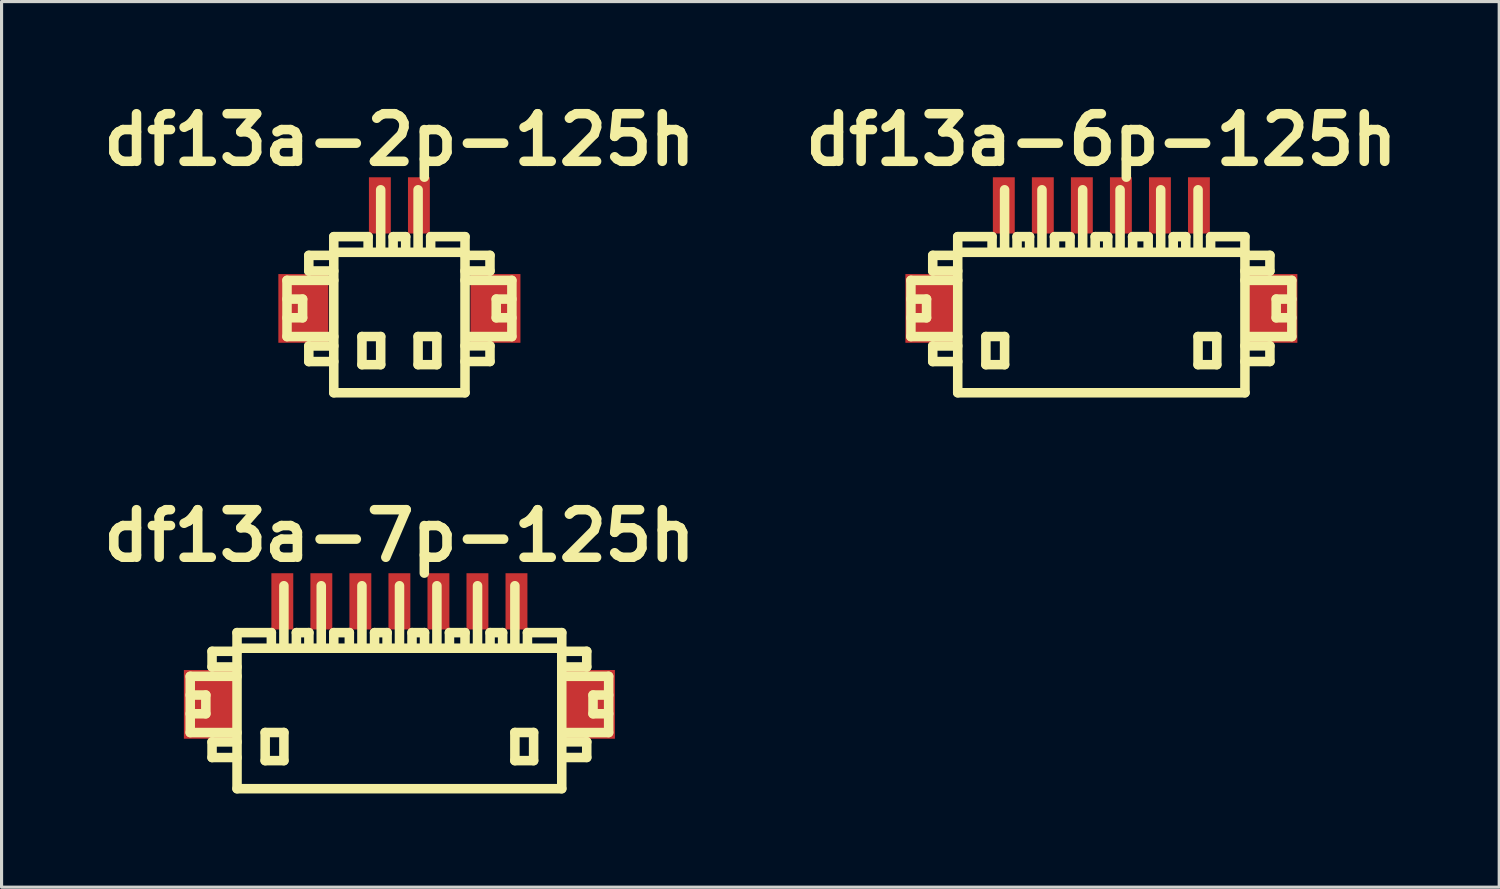
<source format=kicad_pcb>
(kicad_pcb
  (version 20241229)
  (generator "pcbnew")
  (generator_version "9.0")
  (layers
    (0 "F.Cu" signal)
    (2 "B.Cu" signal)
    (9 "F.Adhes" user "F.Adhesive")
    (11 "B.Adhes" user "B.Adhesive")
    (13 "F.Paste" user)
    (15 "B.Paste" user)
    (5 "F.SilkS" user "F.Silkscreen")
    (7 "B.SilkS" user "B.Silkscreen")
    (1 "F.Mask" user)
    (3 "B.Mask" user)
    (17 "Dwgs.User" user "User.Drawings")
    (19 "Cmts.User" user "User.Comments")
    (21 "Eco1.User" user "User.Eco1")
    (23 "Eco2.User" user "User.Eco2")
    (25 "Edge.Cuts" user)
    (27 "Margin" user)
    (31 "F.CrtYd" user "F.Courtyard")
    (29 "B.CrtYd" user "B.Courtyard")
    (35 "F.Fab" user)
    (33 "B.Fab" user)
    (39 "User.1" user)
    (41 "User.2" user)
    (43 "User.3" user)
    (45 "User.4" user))
  (footprint "df13a-7p-125h"
    (layer "F.Cu")
    (at 9.739 19.706)
    (property "Reference" "df13a-7p-125h" (at 0 -5.601 0) (layer "F.SilkS") (effects (font (size 1.524 1.524) (thickness 0.305))))
    (attr through_hole)
    (fp_line (start -6.698 -1.1) (end -6.698 0.701) (stroke (width 0.305) (type solid)) (layer "F.SilkS"))
    (fp_line (start -6.698 0.701) (end -5.199 0.701) (stroke (width 0.305) (type solid)) (layer "F.SilkS"))
    (fp_line (start -6.198 -0.5) (end -6.698 -0.5) (stroke (width 0.305) (type solid)) (layer "F.SilkS"))
    (fp_line (start -6.198 0.099) (end -6.698 0.099) (stroke (width 0.305) (type solid)) (layer "F.SilkS"))
    (fp_line (start -6.198 0.099) (end -6.198 -0.5) (stroke (width 0.305) (type solid)) (layer "F.SilkS"))
    (fp_line (start -5.999 -1.9) (end -5.999 -1.4) (stroke (width 0.305) (type solid)) (layer "F.SilkS"))
    (fp_line (start -5.999 -1.9) (end -5.199 -1.9) (stroke (width 0.305) (type solid)) (layer "F.SilkS"))
    (fp_line (start -5.999 1.001) (end -5.999 1.501) (stroke (width 0.305) (type solid)) (layer "F.SilkS"))
    (fp_line (start -5.999 1.501) (end -5.199 1.501) (stroke (width 0.305) (type solid)) (layer "F.SilkS"))
    (fp_line (start -5.199 -1.999) (end 5.199 -1.999) (stroke (width 0.305) (type solid)) (layer "F.SilkS"))
    (fp_line (start -5.199 -1.4) (end -5.999 -1.4) (stroke (width 0.305) (type solid)) (layer "F.SilkS"))
    (fp_line (start -5.199 -1.1) (end -6.698 -1.1) (stroke (width 0.305) (type solid)) (layer "F.SilkS"))
    (fp_line (start -5.199 1.001) (end -5.999 1.001) (stroke (width 0.305) (type solid)) (layer "F.SilkS"))
    (fp_line (start -5.199 2.499) (end -5.199 -2.499) (stroke (width 0.305) (type solid)) (layer "F.SilkS"))
    (fp_line (start -5.199 2.499) (end 5.199 2.499) (stroke (width 0.305) (type solid)) (layer "F.SilkS"))
    (fp_line (start -4.298 0.699) (end -4.298 1.6) (stroke (width 0.305) (type solid)) (layer "F.SilkS"))
    (fp_line (start -4.298 1.6) (end -3.698 1.6) (stroke (width 0.305) (type solid)) (layer "F.SilkS"))
    (fp_line (start -4.1 -2.499) (end -5.199 -2.499) (stroke (width 0.305) (type solid)) (layer "F.SilkS"))
    (fp_line (start -4.1 -2.499) (end -4.1 -1.999) (stroke (width 0.305) (type solid)) (layer "F.SilkS"))
    (fp_line (start -3.698 -4) (end -3.698 -1.999) (stroke (width 0.305) (type solid)) (layer "F.SilkS"))
    (fp_line (start -3.698 0.699) (end -4.298 0.699) (stroke (width 0.305) (type solid)) (layer "F.SilkS"))
    (fp_line (start -3.698 1.6) (end -3.698 0.699) (stroke (width 0.305) (type solid)) (layer "F.SilkS"))
    (fp_line (start -3.299 -2.499) (end -3.299 -1.999) (stroke (width 0.305) (type solid)) (layer "F.SilkS"))
    (fp_line (start -2.898 -2.499) (end -3.299 -2.499) (stroke (width 0.305) (type solid)) (layer "F.SilkS"))
    (fp_line (start -2.898 -2.499) (end -2.898 -1.999) (stroke (width 0.305) (type solid)) (layer "F.SilkS"))
    (fp_line (start -2.502 -1.999) (end -2.502 -4) (stroke (width 0.305) (type solid)) (layer "F.SilkS"))
    (fp_line (start -2.103 -2.499) (end -1.603 -2.499) (stroke (width 0.305) (type solid)) (layer "F.SilkS"))
    (fp_line (start -2.101 -1.999) (end -2.101 -2.499) (stroke (width 0.305) (type solid)) (layer "F.SilkS"))
    (fp_line (start -1.603 -2.499) (end -1.603 -1.999) (stroke (width 0.305) (type solid)) (layer "F.SilkS"))
    (fp_line (start -1.199 -1.999) (end -1.199 -4) (stroke (width 0.305) (type solid)) (layer "F.SilkS"))
    (fp_line (start -0.795 -2.499) (end -0.795 -1.999) (stroke (width 0.305) (type solid)) (layer "F.SilkS"))
    (fp_line (start -0.394 -2.499) (end -0.795 -2.499) (stroke (width 0.305) (type solid)) (layer "F.SilkS"))
    (fp_line (start -0.394 -2.499) (end -0.394 -1.999) (stroke (width 0.305) (type solid)) (layer "F.SilkS"))
    (fp_line (start 0.003 -1.999) (end 0.003 -4) (stroke (width 0.305) (type solid)) (layer "F.SilkS"))
    (fp_line (start 0.404 -2.499) (end 0.404 -1.999) (stroke (width 0.305) (type solid)) (layer "F.SilkS"))
    (fp_line (start 0.805 -2.499) (end 0.404 -2.499) (stroke (width 0.305) (type solid)) (layer "F.SilkS"))
    (fp_line (start 0.805 -2.499) (end 0.805 -1.999) (stroke (width 0.305) (type solid)) (layer "F.SilkS"))
    (fp_line (start 1.201 -1.999) (end 1.201 -4) (stroke (width 0.305) (type solid)) (layer "F.SilkS"))
    (fp_line (start 1.6 -2.499) (end 2.101 -2.499) (stroke (width 0.305) (type solid)) (layer "F.SilkS"))
    (fp_line (start 1.603 -1.999) (end 1.603 -2.499) (stroke (width 0.305) (type solid)) (layer "F.SilkS"))
    (fp_line (start 2.101 -2.499) (end 2.101 -1.999) (stroke (width 0.305) (type solid)) (layer "F.SilkS"))
    (fp_line (start 2.502 -1.999) (end 2.502 -4) (stroke (width 0.305) (type solid)) (layer "F.SilkS"))
    (fp_line (start 2.903 -2.499) (end 2.903 -1.999) (stroke (width 0.305) (type solid)) (layer "F.SilkS"))
    (fp_line (start 3.305 -2.499) (end 2.903 -2.499) (stroke (width 0.305) (type solid)) (layer "F.SilkS"))
    (fp_line (start 3.305 -2.499) (end 3.305 -1.999) (stroke (width 0.305) (type solid)) (layer "F.SilkS"))
    (fp_line (start 3.698 -1.999) (end 3.698 -4) (stroke (width 0.305) (type solid)) (layer "F.SilkS"))
    (fp_line (start 3.698 0.699) (end 4.298 0.699) (stroke (width 0.305) (type solid)) (layer "F.SilkS"))
    (fp_line (start 3.698 1.6) (end 3.698 0.699) (stroke (width 0.305) (type solid)) (layer "F.SilkS"))
    (fp_line (start 4.1 -2.499) (end 4.1 -1.999) (stroke (width 0.305) (type solid)) (layer "F.SilkS"))
    (fp_line (start 4.298 0.699) (end 4.298 1.6) (stroke (width 0.305) (type solid)) (layer "F.SilkS"))
    (fp_line (start 4.298 1.6) (end 3.698 1.6) (stroke (width 0.305) (type solid)) (layer "F.SilkS"))
    (fp_line (start 5.199 -2.499) (end 4.1 -2.499) (stroke (width 0.305) (type solid)) (layer "F.SilkS"))
    (fp_line (start 5.199 -2.499) (end 5.199 2.499) (stroke (width 0.305) (type solid)) (layer "F.SilkS"))
    (fp_line (start 5.199 -1.9) (end 5.999 -1.9) (stroke (width 0.305) (type solid)) (layer "F.SilkS"))
    (fp_line (start 5.199 0.998) (end 5.999 0.998) (stroke (width 0.305) (type solid)) (layer "F.SilkS"))
    (fp_line (start 5.999 -1.9) (end 5.999 -1.4) (stroke (width 0.305) (type solid)) (layer "F.SilkS"))
    (fp_line (start 5.999 -1.4) (end 5.199 -1.4) (stroke (width 0.305) (type solid)) (layer "F.SilkS"))
    (fp_line (start 5.999 0.998) (end 5.999 1.499) (stroke (width 0.305) (type solid)) (layer "F.SilkS"))
    (fp_line (start 5.999 1.499) (end 5.199 1.499) (stroke (width 0.305) (type solid)) (layer "F.SilkS"))
    (fp_line (start 6.2 0.099) (end 6.2 -0.5) (stroke (width 0.305) (type solid)) (layer "F.SilkS"))
    (fp_line (start 6.698 -1.1) (end 5.199 -1.1) (stroke (width 0.305) (type solid)) (layer "F.SilkS"))
    (fp_line (start 6.698 0.701) (end 5.298 0.701) (stroke (width 0.305) (type solid)) (layer "F.SilkS"))
    (fp_line (start 6.701 -1.1) (end 6.701 0.701) (stroke (width 0.305) (type solid)) (layer "F.SilkS"))
    (fp_line (start 6.701 -0.5) (end 6.2 -0.5) (stroke (width 0.305) (type solid)) (layer "F.SilkS"))
    (fp_line (start 6.701 0.099) (end 6.2 0.099) (stroke (width 0.305) (type solid)) (layer "F.SilkS"))
    (pad "" smd rect (at -6.101 -0.201) (size 1.6 2.2) (layers "F.Cu" "F.Mask" "F.Paste"))
    (pad "" smd rect (at 6.101 -0.201) (size 1.6 2.2) (layers "F.Cu" "F.Mask" "F.Paste"))
    (pad "1" smd rect (at 3.749 -3.5) (size 0.701 1.801) (layers "F.Cu" "F.Mask" "F.Paste"))
    (pad "2" smd rect (at 2.499 -3.5) (size 0.701 1.801) (layers "F.Cu" "F.Mask" "F.Paste"))
    (pad "3" smd rect (at 1.25 -3.5) (size 0.701 1.801) (layers "F.Cu" "F.Mask" "F.Paste"))
    (pad "4" smd rect (at 0 -3.5) (size 0.701 1.801) (layers "F.Cu" "F.Mask" "F.Paste"))
    (pad "5" smd rect (at -1.25 -3.5) (size 0.701 1.801) (layers "F.Cu" "F.Mask" "F.Paste"))
    (pad "6" smd rect (at -2.499 -3.5) (size 0.701 1.801) (layers "F.Cu" "F.Mask" "F.Paste"))
    (pad "7" smd rect (at -3.749 -3.5) (size 0.701 1.801) (layers "F.Cu" "F.Mask" "F.Paste")))
  (footprint "df13a-2p-125h"
    (layer "F.Cu")
    (at 9.739 7.027)
    (property "Reference" "df13a-2p-125h" (at 0 -5.601 0) (layer "F.SilkS") (effects (font (size 1.524 1.524) (thickness 0.305))))
    (attr through_hole)
    (fp_line (start -3.599 -1.1) (end -3.599 0.701) (stroke (width 0.305) (type solid)) (layer "F.SilkS"))
    (fp_line (start -3.599 0.701) (end -2.101 0.701) (stroke (width 0.305) (type solid)) (layer "F.SilkS"))
    (fp_line (start -3.099 -0.5) (end -3.599 -0.5) (stroke (width 0.305) (type solid)) (layer "F.SilkS"))
    (fp_line (start -3.099 0.099) (end -3.599 0.099) (stroke (width 0.305) (type solid)) (layer "F.SilkS"))
    (fp_line (start -3.099 0.099) (end -3.099 -0.5) (stroke (width 0.305) (type solid)) (layer "F.SilkS"))
    (fp_line (start -2.901 -1.9) (end -2.901 -1.4) (stroke (width 0.305) (type solid)) (layer "F.SilkS"))
    (fp_line (start -2.901 -1.9) (end -2.101 -1.9) (stroke (width 0.305) (type solid)) (layer "F.SilkS"))
    (fp_line (start -2.901 1.001) (end -2.901 1.501) (stroke (width 0.305) (type solid)) (layer "F.SilkS"))
    (fp_line (start -2.901 1.501) (end -2.101 1.501) (stroke (width 0.305) (type solid)) (layer "F.SilkS"))
    (fp_line (start -2.101 -1.4) (end -2.901 -1.4) (stroke (width 0.305) (type solid)) (layer "F.SilkS"))
    (fp_line (start -2.101 -1.1) (end -3.599 -1.1) (stroke (width 0.305) (type solid)) (layer "F.SilkS"))
    (fp_line (start -2.101 1.001) (end -2.901 1.001) (stroke (width 0.305) (type solid)) (layer "F.SilkS"))
    (fp_line (start -2.101 2.499) (end -2.101 -2.499) (stroke (width 0.305) (type solid)) (layer "F.SilkS"))
    (fp_line (start -1.199 0.699) (end -1.199 1.6) (stroke (width 0.305) (type solid)) (layer "F.SilkS"))
    (fp_line (start -1.199 1.6) (end -0.599 1.6) (stroke (width 0.305) (type solid)) (layer "F.SilkS"))
    (fp_line (start -1.001 -2.499) (end -2.101 -2.499) (stroke (width 0.305) (type solid)) (layer "F.SilkS"))
    (fp_line (start -1.001 -2.499) (end -1.001 -1.999) (stroke (width 0.305) (type solid)) (layer "F.SilkS"))
    (fp_line (start -0.599 -4) (end -0.599 -1.999) (stroke (width 0.305) (type solid)) (layer "F.SilkS"))
    (fp_line (start -0.599 0.699) (end -1.199 0.699) (stroke (width 0.305) (type solid)) (layer "F.SilkS"))
    (fp_line (start -0.599 1.6) (end -0.599 0.699) (stroke (width 0.305) (type solid)) (layer "F.SilkS"))
    (fp_line (start -0.201 -2.499) (end -0.201 -1.999) (stroke (width 0.305) (type solid)) (layer "F.SilkS"))
    (fp_line (start 0.201 -2.499) (end -0.201 -2.499) (stroke (width 0.305) (type solid)) (layer "F.SilkS"))
    (fp_line (start 0.201 -2.499) (end 0.201 -1.999) (stroke (width 0.305) (type solid)) (layer "F.SilkS"))
    (fp_line (start 0.599 -1.999) (end 0.599 -4) (stroke (width 0.305) (type solid)) (layer "F.SilkS"))
    (fp_line (start 0.599 0.699) (end 1.199 0.699) (stroke (width 0.305) (type solid)) (layer "F.SilkS"))
    (fp_line (start 0.599 1.6) (end 0.599 0.699) (stroke (width 0.305) (type solid)) (layer "F.SilkS"))
    (fp_line (start 1.001 -2.499) (end 1.001 -1.999) (stroke (width 0.305) (type solid)) (layer "F.SilkS"))
    (fp_line (start 1.199 0.699) (end 1.199 1.6) (stroke (width 0.305) (type solid)) (layer "F.SilkS"))
    (fp_line (start 1.199 1.6) (end 0.599 1.6) (stroke (width 0.305) (type solid)) (layer "F.SilkS"))
    (fp_line (start 2.101 -2.499) (end 1.001 -2.499) (stroke (width 0.305) (type solid)) (layer "F.SilkS"))
    (fp_line (start 2.101 -2.499) (end 2.101 2.499) (stroke (width 0.305) (type solid)) (layer "F.SilkS"))
    (fp_line (start 2.101 -1.999) (end -2.101 -1.999) (stroke (width 0.305) (type solid)) (layer "F.SilkS"))
    (fp_line (start 2.101 -1.9) (end 2.901 -1.9) (stroke (width 0.305) (type solid)) (layer "F.SilkS"))
    (fp_line (start 2.101 0.998) (end 2.901 0.998) (stroke (width 0.305) (type solid)) (layer "F.SilkS"))
    (fp_line (start 2.101 2.499) (end -2.101 2.499) (stroke (width 0.305) (type solid)) (layer "F.SilkS"))
    (fp_line (start 2.901 -1.9) (end 2.901 -1.4) (stroke (width 0.305) (type solid)) (layer "F.SilkS"))
    (fp_line (start 2.901 -1.4) (end 2.101 -1.4) (stroke (width 0.305) (type solid)) (layer "F.SilkS"))
    (fp_line (start 2.901 0.998) (end 2.901 1.499) (stroke (width 0.305) (type solid)) (layer "F.SilkS"))
    (fp_line (start 2.901 1.499) (end 2.101 1.499) (stroke (width 0.305) (type solid)) (layer "F.SilkS"))
    (fp_line (start 3.101 0.099) (end 3.101 -0.5) (stroke (width 0.305) (type solid)) (layer "F.SilkS"))
    (fp_line (start 3.599 -1.1) (end 2.101 -1.1) (stroke (width 0.305) (type solid)) (layer "F.SilkS"))
    (fp_line (start 3.599 0.701) (end 2.2 0.701) (stroke (width 0.305) (type solid)) (layer "F.SilkS"))
    (fp_line (start 3.602 -1.1) (end 3.602 0.701) (stroke (width 0.305) (type solid)) (layer "F.SilkS"))
    (fp_line (start 3.602 -0.5) (end 3.101 -0.5) (stroke (width 0.305) (type solid)) (layer "F.SilkS"))
    (fp_line (start 3.602 0.099) (end 3.101 0.099) (stroke (width 0.305) (type solid)) (layer "F.SilkS"))
    (pad "" smd rect (at -3.076 -0.201) (size 1.6 2.2) (layers "F.Cu" "F.Mask" "F.Paste"))
    (pad "" smd rect (at 3.076 -0.201) (size 1.6 2.2) (layers "F.Cu" "F.Mask" "F.Paste"))
    (pad "1" smd rect (at 0.625 -3.5) (size 0.701 1.801) (layers "F.Cu" "F.Mask" "F.Paste"))
    (pad "2" smd rect (at -0.625 -3.5) (size 0.701 1.801) (layers "F.Cu" "F.Mask" "F.Paste")))
  (footprint "df13a-6p-125h"
    (layer "F.Cu")
    (at 32.217 7.027)
    (property "Reference" "df13a-6p-125h" (at 0 -5.601 0) (layer "F.SilkS") (effects (font (size 1.524 1.524) (thickness 0.305))))
    (attr through_hole)
    (fp_line (start -6.099 -1.1) (end -6.099 0.701) (stroke (width 0.305) (type solid)) (layer "F.SilkS"))
    (fp_line (start -6.099 0.701) (end -4.6 0.701) (stroke (width 0.305) (type solid)) (layer "F.SilkS"))
    (fp_line (start -5.598 -0.5) (end -6.099 -0.5) (stroke (width 0.305) (type solid)) (layer "F.SilkS"))
    (fp_line (start -5.598 0.099) (end -6.099 0.099) (stroke (width 0.305) (type solid)) (layer "F.SilkS"))
    (fp_line (start -5.598 0.099) (end -5.598 -0.5) (stroke (width 0.305) (type solid)) (layer "F.SilkS"))
    (fp_line (start -5.4 -1.9) (end -5.4 -1.4) (stroke (width 0.305) (type solid)) (layer "F.SilkS"))
    (fp_line (start -5.4 -1.9) (end -4.6 -1.9) (stroke (width 0.305) (type solid)) (layer "F.SilkS"))
    (fp_line (start -5.4 1.001) (end -5.4 1.501) (stroke (width 0.305) (type solid)) (layer "F.SilkS"))
    (fp_line (start -5.4 1.501) (end -4.6 1.501) (stroke (width 0.305) (type solid)) (layer "F.SilkS"))
    (fp_line (start -4.6 -1.4) (end -5.4 -1.4) (stroke (width 0.305) (type solid)) (layer "F.SilkS"))
    (fp_line (start -4.6 -1.1) (end -6.099 -1.1) (stroke (width 0.305) (type solid)) (layer "F.SilkS"))
    (fp_line (start -4.6 1.001) (end -5.4 1.001) (stroke (width 0.305) (type solid)) (layer "F.SilkS"))
    (fp_line (start -4.6 2.499) (end -4.6 -2.499) (stroke (width 0.305) (type solid)) (layer "F.SilkS"))
    (fp_line (start -4.6 2.499) (end 4.6 2.499) (stroke (width 0.305) (type solid)) (layer "F.SilkS"))
    (fp_line (start -3.698 0.699) (end -3.698 1.6) (stroke (width 0.305) (type solid)) (layer "F.SilkS"))
    (fp_line (start -3.698 1.6) (end -3.099 1.6) (stroke (width 0.305) (type solid)) (layer "F.SilkS"))
    (fp_line (start -3.5 -2.499) (end -4.6 -2.499) (stroke (width 0.305) (type solid)) (layer "F.SilkS"))
    (fp_line (start -3.5 -2.499) (end -3.5 -1.999) (stroke (width 0.305) (type solid)) (layer "F.SilkS"))
    (fp_line (start -3.099 -4) (end -3.099 -1.999) (stroke (width 0.305) (type solid)) (layer "F.SilkS"))
    (fp_line (start -3.099 0.699) (end -3.698 0.699) (stroke (width 0.305) (type solid)) (layer "F.SilkS"))
    (fp_line (start -3.099 1.6) (end -3.099 0.699) (stroke (width 0.305) (type solid)) (layer "F.SilkS"))
    (fp_line (start -2.7 -2.499) (end -2.7 -1.999) (stroke (width 0.305) (type solid)) (layer "F.SilkS"))
    (fp_line (start -2.299 -2.499) (end -2.7 -2.499) (stroke (width 0.305) (type solid)) (layer "F.SilkS"))
    (fp_line (start -2.299 -2.499) (end -2.299 -1.999) (stroke (width 0.305) (type solid)) (layer "F.SilkS"))
    (fp_line (start -1.902 -1.999) (end -1.902 -4) (stroke (width 0.305) (type solid)) (layer "F.SilkS"))
    (fp_line (start -1.504 -2.499) (end -1.003 -2.499) (stroke (width 0.305) (type solid)) (layer "F.SilkS"))
    (fp_line (start -1.501 -1.999) (end -1.501 -2.499) (stroke (width 0.305) (type solid)) (layer "F.SilkS"))
    (fp_line (start -1.003 -2.499) (end -1.003 -1.999) (stroke (width 0.305) (type solid)) (layer "F.SilkS"))
    (fp_line (start -0.599 -1.999) (end -0.599 -4) (stroke (width 0.305) (type solid)) (layer "F.SilkS"))
    (fp_line (start -0.198 -2.499) (end -0.198 -1.999) (stroke (width 0.305) (type solid)) (layer "F.SilkS"))
    (fp_line (start 0.203 -2.499) (end -0.198 -2.499) (stroke (width 0.305) (type solid)) (layer "F.SilkS"))
    (fp_line (start 0.203 -2.499) (end 0.203 -1.999) (stroke (width 0.305) (type solid)) (layer "F.SilkS"))
    (fp_line (start 0.599 -1.999) (end 0.599 -4) (stroke (width 0.305) (type solid)) (layer "F.SilkS"))
    (fp_line (start 0.998 -2.499) (end 1.499 -2.499) (stroke (width 0.305) (type solid)) (layer "F.SilkS"))
    (fp_line (start 1.001 -1.999) (end 1.001 -2.499) (stroke (width 0.305) (type solid)) (layer "F.SilkS"))
    (fp_line (start 1.499 -2.499) (end 1.499 -1.999) (stroke (width 0.305) (type solid)) (layer "F.SilkS"))
    (fp_line (start 1.9 -1.999) (end 1.9 -4) (stroke (width 0.305) (type solid)) (layer "F.SilkS"))
    (fp_line (start 2.301 -2.499) (end 2.301 -1.999) (stroke (width 0.305) (type solid)) (layer "F.SilkS"))
    (fp_line (start 2.703 -2.499) (end 2.301 -2.499) (stroke (width 0.305) (type solid)) (layer "F.SilkS"))
    (fp_line (start 2.703 -2.499) (end 2.703 -1.999) (stroke (width 0.305) (type solid)) (layer "F.SilkS"))
    (fp_line (start 3.096 -1.999) (end 3.096 -4) (stroke (width 0.305) (type solid)) (layer "F.SilkS"))
    (fp_line (start 3.096 0.699) (end 3.696 0.699) (stroke (width 0.305) (type solid)) (layer "F.SilkS"))
    (fp_line (start 3.096 1.6) (end 3.096 0.699) (stroke (width 0.305) (type solid)) (layer "F.SilkS"))
    (fp_line (start 3.498 -2.499) (end 3.498 -1.999) (stroke (width 0.305) (type solid)) (layer "F.SilkS"))
    (fp_line (start 3.696 0.699) (end 3.696 1.6) (stroke (width 0.305) (type solid)) (layer "F.SilkS"))
    (fp_line (start 3.696 1.6) (end 3.096 1.6) (stroke (width 0.305) (type solid)) (layer "F.SilkS"))
    (fp_line (start 4.597 -2.499) (end 3.498 -2.499) (stroke (width 0.305) (type solid)) (layer "F.SilkS"))
    (fp_line (start 4.597 -2.499) (end 4.597 2.499) (stroke (width 0.305) (type solid)) (layer "F.SilkS"))
    (fp_line (start 4.597 -1.9) (end 5.397 -1.9) (stroke (width 0.305) (type solid)) (layer "F.SilkS"))
    (fp_line (start 4.597 0.998) (end 5.397 0.998) (stroke (width 0.305) (type solid)) (layer "F.SilkS"))
    (fp_line (start 4.6 -1.999) (end -4.6 -1.999) (stroke (width 0.305) (type solid)) (layer "F.SilkS"))
    (fp_line (start 5.397 -1.9) (end 5.397 -1.4) (stroke (width 0.305) (type solid)) (layer "F.SilkS"))
    (fp_line (start 5.397 -1.4) (end 4.597 -1.4) (stroke (width 0.305) (type solid)) (layer "F.SilkS"))
    (fp_line (start 5.397 0.998) (end 5.397 1.499) (stroke (width 0.305) (type solid)) (layer "F.SilkS"))
    (fp_line (start 5.397 1.499) (end 4.597 1.499) (stroke (width 0.305) (type solid)) (layer "F.SilkS"))
    (fp_line (start 5.598 0.099) (end 5.598 -0.5) (stroke (width 0.305) (type solid)) (layer "F.SilkS"))
    (fp_line (start 6.096 -1.1) (end 4.597 -1.1) (stroke (width 0.305) (type solid)) (layer "F.SilkS"))
    (fp_line (start 6.096 0.701) (end 4.696 0.701) (stroke (width 0.305) (type solid)) (layer "F.SilkS"))
    (fp_line (start 6.099 -1.1) (end 6.099 0.701) (stroke (width 0.305) (type solid)) (layer "F.SilkS"))
    (fp_line (start 6.099 -0.5) (end 5.598 -0.5) (stroke (width 0.305) (type solid)) (layer "F.SilkS"))
    (fp_line (start 6.099 0.099) (end 5.598 0.099) (stroke (width 0.305) (type solid)) (layer "F.SilkS"))
    (pad "" smd rect (at -5.476 -0.201) (size 1.6 2.2) (layers "F.Cu" "F.Mask" "F.Paste"))
    (pad "" smd rect (at 5.476 -0.201) (size 1.6 2.2) (layers "F.Cu" "F.Mask" "F.Paste"))
    (pad "1" smd rect (at 3.124 -3.5) (size 0.701 1.801) (layers "F.Cu" "F.Mask" "F.Paste"))
    (pad "2" smd rect (at 1.875 -3.5) (size 0.701 1.801) (layers "F.Cu" "F.Mask" "F.Paste"))
    (pad "3" smd rect (at 0.625 -3.5) (size 0.701 1.801) (layers "F.Cu" "F.Mask" "F.Paste"))
    (pad "4" smd rect (at -0.625 -3.5) (size 0.701 1.801) (layers "F.Cu" "F.Mask" "F.Paste"))
    (pad "5" smd rect (at -1.875 -3.5) (size 0.701 1.801) (layers "F.Cu" "F.Mask" "F.Paste"))
    (pad "6" smd rect (at -3.124 -3.5) (size 0.701 1.801) (layers "F.Cu" "F.Mask" "F.Paste")))
  (gr_rect
    (start -3 -3)
    (end 44.956 25.358)
    (stroke (width 0.1) (type default))
    (fill no)
    (layer "Edge.Cuts")))
</source>
